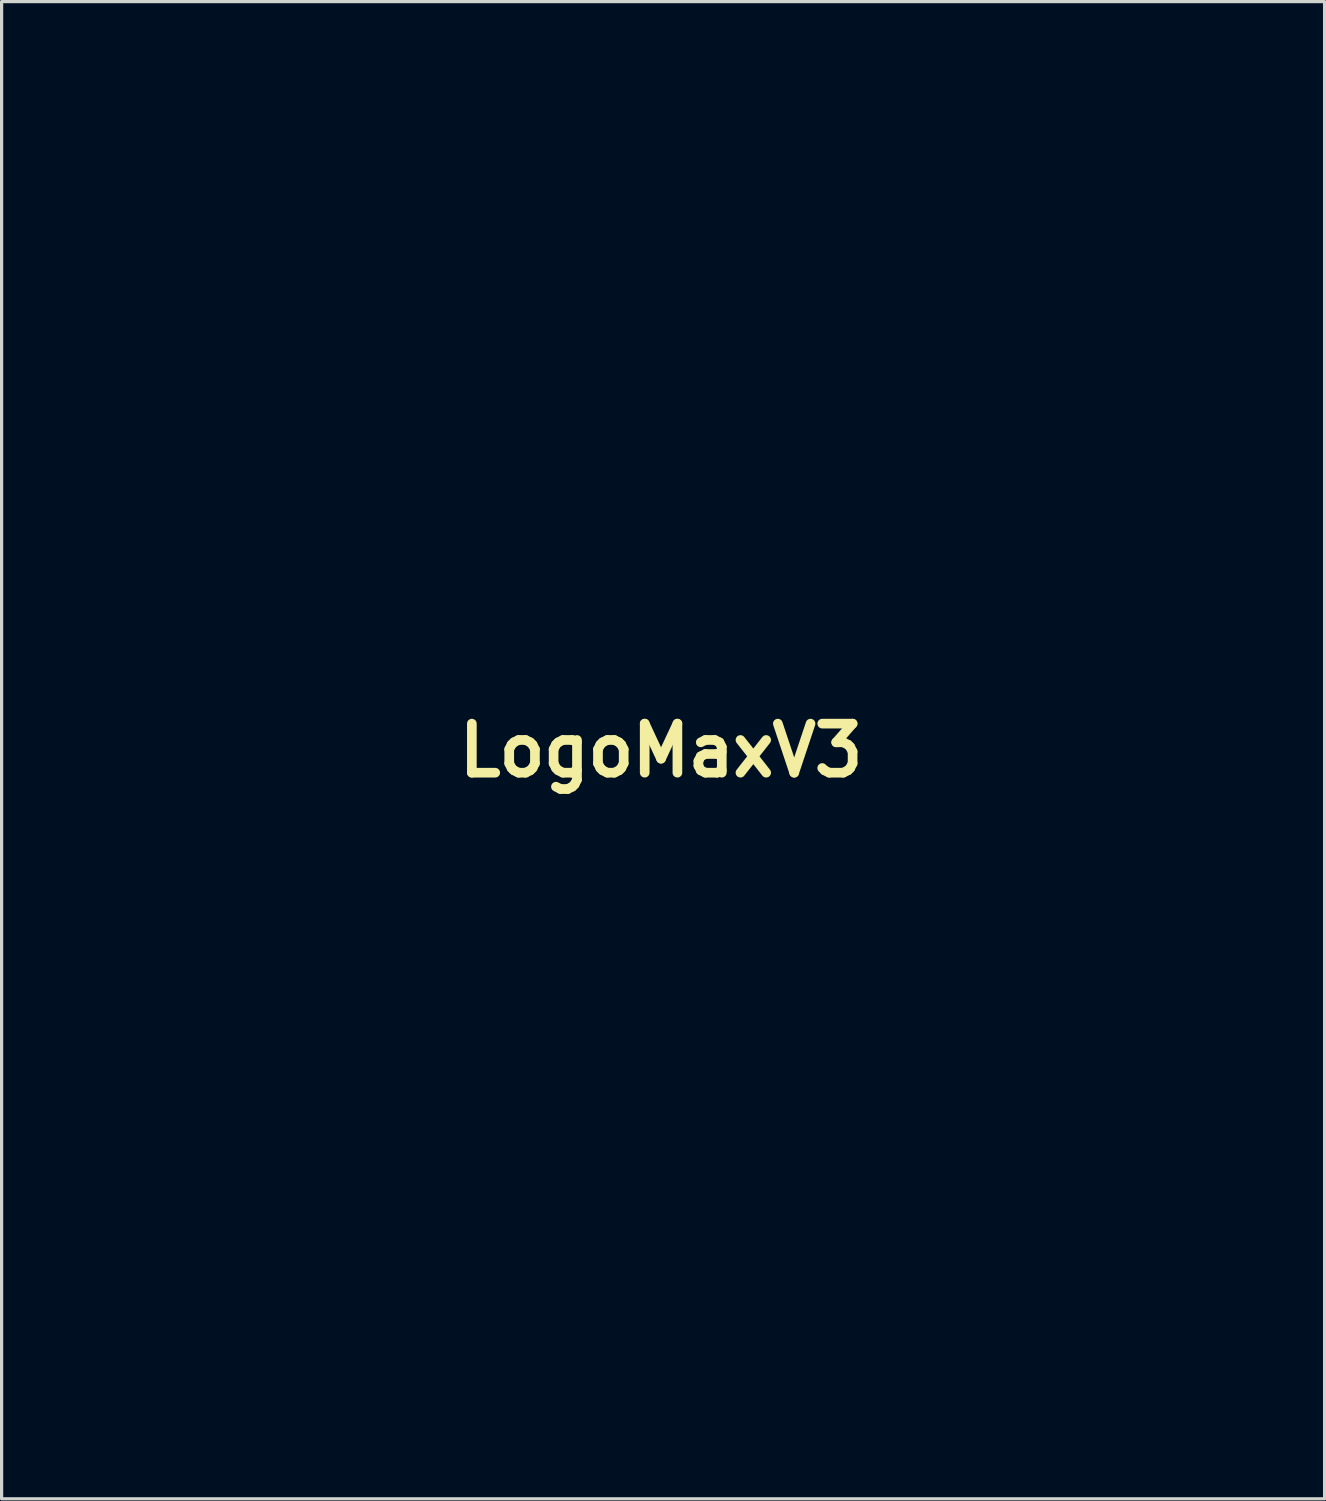
<source format=kicad_pcb>
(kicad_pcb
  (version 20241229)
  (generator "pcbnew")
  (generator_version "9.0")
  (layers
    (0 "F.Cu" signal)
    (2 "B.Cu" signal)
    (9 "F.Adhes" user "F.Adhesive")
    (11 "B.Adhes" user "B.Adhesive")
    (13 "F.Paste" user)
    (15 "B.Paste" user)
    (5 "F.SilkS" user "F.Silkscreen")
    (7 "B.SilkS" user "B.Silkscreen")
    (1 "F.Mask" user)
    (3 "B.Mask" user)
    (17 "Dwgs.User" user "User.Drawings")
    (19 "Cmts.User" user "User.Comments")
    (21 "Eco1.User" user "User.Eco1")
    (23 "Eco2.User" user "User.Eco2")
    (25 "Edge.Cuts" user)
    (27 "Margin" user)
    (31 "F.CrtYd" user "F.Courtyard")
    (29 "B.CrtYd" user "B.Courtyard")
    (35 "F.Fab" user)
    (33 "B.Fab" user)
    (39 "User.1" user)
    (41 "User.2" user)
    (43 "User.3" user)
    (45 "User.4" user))
  (footprint "LogoMaxV3"
    (layer "F.Cu")
    (at 17.489 20.268)
    (property "Reference" "LogoMaxV3" (at 0 0 0) (layer "F.SilkS") (effects (font (size 1.524 1.524) (thickness 0.3))))
    (attr through_hole)
    (fp_poly (pts (xy 0.139 -20.243) (xy 0.206 -20.205) (xy 0.333 -20.128) (xy 0.58 -19.981) (xy 0.921 -19.782) (xy 1.33 -19.545) (xy 1.778 -19.286) (xy 2.292 -18.989) (xy 2.826 -18.681) (xy 3.335 -18.387) (xy 3.775 -18.133) (xy 4.022 -17.99) (xy 4.389 -17.777) (xy 4.857 -17.507) (xy 5.378 -17.207) (xy 5.907 -16.902) (xy 6.223 -16.721) (xy 6.695 -16.449) (xy 7.272 -16.116) (xy 7.913 -15.747) (xy 8.576 -15.364) (xy 9.219 -14.993) (xy 9.525 -14.816) (xy 10.059 -14.507) (xy 10.556 -14.22) (xy 10.995 -13.967) (xy 11.352 -13.76) (xy 11.605 -13.614) (xy 11.726 -13.544) (xy 11.875 -13.459) (xy 12.144 -13.304) (xy 12.507 -13.094) (xy 12.938 -12.844) (xy 13.412 -12.57) (xy 13.547 -12.492) (xy 14.12 -12.16) (xy 14.744 -11.799) (xy 15.369 -11.438) (xy 15.942 -11.107) (xy 16.362 -10.865) (xy 17.611 -10.146) (xy 17.568 10.183) (xy 16.764 10.649) (xy 15.844 11.182) (xy 15.059 11.636) (xy 14.398 12.019) (xy 13.847 12.337) (xy 13.395 12.597) (xy 13.032 12.806) (xy 12.744 12.97) (xy 12.521 13.096) (xy 12.35 13.192) (xy 12.277 13.232) (xy 12.018 13.376) (xy 11.816 13.494) (xy 11.726 13.552) (xy 11.629 13.613) (xy 11.409 13.744) (xy 11.092 13.93) (xy 10.703 14.156) (xy 10.287 14.396) (xy 9.835 14.656) (xy 9.416 14.898) (xy 9.058 15.104) (xy 8.792 15.257) (xy 8.657 15.335) (xy 8.458 15.45) (xy 8.26 15.564) (xy 8.043 15.69) (xy 7.785 15.838) (xy 7.465 16.023) (xy 7.062 16.255) (xy 6.555 16.548) (xy 5.927 16.91) (xy 5.032 17.426) (xy 4.27 17.865) (xy 3.628 18.236) (xy 3.093 18.544) (xy 2.651 18.8) (xy 2.289 19.009) (xy 1.993 19.18) (xy 1.75 19.321) (xy 1.547 19.439) (xy 1.371 19.542) (xy 1.207 19.637) (xy 1.058 19.725) (xy 0.738 19.912) (xy 0.455 20.075) (xy 0.255 20.189) (xy 0.205 20.216) (xy 0.111 20.245) (xy -0.014 20.229) (xy -0.196 20.158) (xy -0.464 20.021) (xy -0.846 19.807) (xy -0.896 19.778) (xy -1.869 19.217) (xy -2.709 18.733) (xy -3.428 18.319) (xy -4.039 17.967) (xy -4.555 17.669) (xy -4.988 17.419) (xy -5.352 17.208) (xy -5.461 17.145) (xy -5.823 16.935) (xy -6.288 16.667) (xy -6.809 16.367) (xy -7.342 16.06) (xy -7.522 15.957) (xy -5.08 15.957) (xy -5.011 16.033) (xy -4.824 16.171) (xy -4.55 16.347) (xy -4.297 16.497) (xy -3.939 16.703) (xy -3.483 16.966) (xy -2.98 17.256) (xy -2.479 17.547) (xy -2.286 17.658) (xy -1.879 17.894) (xy -1.527 18.097) (xy -1.255 18.253) (xy -1.087 18.348) (xy -1.043 18.371) (xy -1.074 18.304) (xy -1.17 18.121) (xy -1.314 17.857) (xy -1.391 17.716) (xy -1.581 17.377) (xy -1.762 17.056) (xy -1.903 16.811) (xy -1.93 16.764) (xy -2.17 16.354) (xy -2.439 15.89) (xy -2.712 15.416) (xy -2.963 14.977) (xy -3.166 14.617) (xy -3.244 14.478) (xy -3.406 14.195) (xy -3.561 13.946) (xy -3.648 13.82) (xy -3.795 13.627) (xy -3.917 13.862) (xy -4.122 14.246) (xy -4.365 14.683) (xy -4.611 15.108) (xy -4.821 15.456) (xy -4.842 15.489) (xy -4.977 15.719) (xy -5.063 15.897) (xy -5.08 15.957) (xy -7.522 15.957) (xy -7.705 15.852) (xy -8.147 15.598) (xy -8.54 15.37) (xy -8.861 15.183) (xy -9.084 15.051) (xy -9.185 14.989) (xy -9.186 14.988) (xy -9.302 14.916) (xy -9.516 14.793) (xy -9.737 14.67) (xy -9.943 14.555) (xy -10.267 14.371) (xy -10.678 14.137) (xy -11.147 13.868) (xy -11.644 13.582) (xy -11.925 13.42) (xy -9.652 13.42) (xy -8.869 13.867) (xy -8.51 14.073) (xy -8.055 14.334) (xy -7.552 14.624) (xy -7.05 14.913) (xy -6.859 15.024) (xy -6.449 15.257) (xy -6.091 15.453) (xy -5.809 15.6) (xy -5.629 15.684) (xy -5.576 15.698) (xy -5.508 15.612) (xy -5.384 15.42) (xy -5.239 15.176) (xy -5.079 14.897) (xy -4.94 14.655) (xy -4.864 14.52) (xy -4.769 14.357) (xy -4.624 14.11) (xy -4.497 13.896) (xy -4.361 13.655) (xy -4.276 13.478) (xy -4.262 13.42) (xy -3.273 13.42) (xy -2.514 14.732) (xy -2.242 15.204) (xy -1.977 15.669) (xy -1.738 16.09) (xy -1.549 16.429) (xy -1.458 16.595) (xy -1.298 16.883) (xy -1.157 17.124) (xy -1.063 17.267) (xy -1.059 17.272) (xy -0.968 17.409) (xy -0.827 17.643) (xy -0.678 17.907) (xy -0.42 18.367) (xy -0.225 18.689) (xy -0.078 18.885) (xy 0.035 18.967) (xy 0.128 18.948) (xy 0.217 18.84) (xy 0.276 18.733) (xy 0.402 18.499) (xy 0.459 18.396) (xy 1.085 18.396) (xy 1.368 18.225) (xy 1.522 18.134) (xy 1.797 17.974) (xy 2.17 17.758) (xy 2.615 17.502) (xy 3.108 17.218) (xy 3.387 17.058) (xy 3.876 16.777) (xy 4.315 16.524) (xy 4.682 16.312) (xy 4.957 16.153) (xy 5.119 16.058) (xy 5.153 16.036) (xy 5.124 15.958) (xy 5.024 15.758) (xy 4.866 15.461) (xy 4.663 15.092) (xy 4.505 14.812) (xy 4.253 14.368) (xy 4.069 14.055) (xy 3.941 13.854) (xy 3.853 13.749) (xy 3.791 13.721) (xy 3.742 13.753) (xy 3.701 13.813) (xy 3.608 13.965) (xy 3.455 14.226) (xy 3.262 14.556) (xy 3.087 14.859) (xy 2.845 15.279) (xy 2.556 15.78) (xy 2.258 16.296) (xy 2.011 16.722) (xy 1.779 17.125) (xy 1.563 17.505) (xy 1.385 17.824) (xy 1.267 18.042) (xy 1.254 18.067) (xy 1.085 18.396) (xy 0.459 18.396) (xy 0.55 18.234) (xy 0.568 18.203) (xy 0.748 17.895) (xy 0.973 17.507) (xy 1.228 17.066) (xy 1.497 16.602) (xy 1.763 16.141) (xy 2.01 15.713) (xy 2.222 15.345) (xy 2.382 15.067) (xy 2.474 14.905) (xy 2.476 14.901) (xy 2.598 14.69) (xy 2.692 14.54) (xy 2.706 14.52) (xy 2.802 14.371) (xy 2.928 14.147) (xy 3.061 13.894) (xy 3.179 13.656) (xy 3.258 13.478) (xy 3.271 13.425) (xy 4.318 13.425) (xy 4.357 13.512) (xy 4.464 13.712) (xy 4.62 13.995) (xy 4.809 14.331) (xy 5.012 14.688) (xy 5.213 15.037) (xy 5.393 15.346) (xy 5.537 15.586) (xy 5.625 15.725) (xy 5.644 15.748) (xy 5.723 15.708) (xy 5.924 15.595) (xy 6.223 15.424) (xy 6.597 15.209) (xy 6.964 14.996) (xy 7.455 14.711) (xy 7.963 14.417) (xy 8.441 14.141) (xy 8.844 13.91) (xy 9.017 13.811) (xy 9.779 13.378) (xy 7.048 13.378) (xy 6.388 13.379) (xy 5.785 13.383) (xy 5.259 13.389) (xy 4.831 13.397) (xy 4.521 13.407) (xy 4.348 13.418) (xy 4.318 13.425) (xy 3.271 13.425) (xy 3.276 13.408) (xy 3.187 13.401) (xy 2.947 13.396) (xy 2.575 13.393) (xy 2.089 13.391) (xy 1.508 13.391) (xy 0.85 13.393) (xy 0.134 13.397) (xy -0.015 13.397) (xy -3.273 13.42) (xy -4.262 13.42) (xy -4.259 13.408) (xy -4.349 13.401) (xy -4.587 13.395) (xy -4.954 13.392) (xy -5.429 13.391) (xy -5.991 13.391) (xy -6.62 13.395) (xy -6.972 13.397) (xy -9.652 13.42) (xy -11.925 13.42) (xy -12.141 13.295) (xy -12.608 13.025) (xy -13.014 12.788) (xy -13.064 12.759) (xy -10.716 12.759) (xy -10.673 12.788) (xy -10.561 12.812) (xy -10.365 12.831) (xy -10.073 12.846) (xy -9.669 12.856) (xy -9.14 12.864) (xy -8.473 12.868) (xy -7.653 12.869) (xy -7.453 12.869) (xy -3.306 12.869) (xy 3.384 12.869) (xy 4.22 12.869) (xy 7.423 12.868) (xy 8.146 12.866) (xy 8.818 12.86) (xy 9.42 12.852) (xy 9.931 12.841) (xy 10.334 12.828) (xy 10.608 12.813) (xy 10.735 12.797) (xy 10.739 12.795) (xy 10.776 12.768) (xy 10.797 12.732) (xy 10.792 12.67) (xy 10.753 12.566) (xy 10.673 12.402) (xy 10.544 12.164) (xy 10.356 11.834) (xy 10.101 11.395) (xy 9.772 10.832) (xy 9.651 10.626) (xy 9.363 10.131) (xy 9.078 9.641) (xy 8.817 9.19) (xy 8.601 8.816) (xy 8.463 8.572) (xy 8.3 8.292) (xy 8.168 8.078) (xy 8.088 7.967) (xy 8.077 7.959) (xy 7.985 8) (xy 7.822 8.1) (xy 7.615 8.209) (xy 7.328 8.328) (xy 7.169 8.383) (xy 6.981 8.449) (xy 6.838 8.523) (xy 6.715 8.633) (xy 6.585 8.809) (xy 6.421 9.078) (xy 6.235 9.407) (xy 5.973 9.867) (xy 5.653 10.423) (xy 5.302 11.028) (xy 4.95 11.633) (xy 4.624 12.188) (xy 4.384 12.594) (xy 4.22 12.869) (xy 3.384 12.869) (xy 3.228 12.594) (xy 3.128 12.421) (xy 2.964 12.137) (xy 2.755 11.778) (xy 2.523 11.38) (xy 2.455 11.263) (xy 2.221 10.861) (xy 2.006 10.491) (xy 1.83 10.188) (xy 1.713 9.986) (xy 1.693 9.95) (xy 1.561 9.721) (xy 1.395 9.436) (xy 1.322 9.313) (xy 1.161 9.035) (xy 1.015 8.771) (xy 0.966 8.678) (xy 0.836 8.424) (xy 0.031 8.432) (xy -0.773 8.44) (xy -1.474 9.66) (xy -1.753 10.144) (xy -2.044 10.648) (xy -2.318 11.122) (xy -2.548 11.518) (xy -2.62 11.642) (xy -2.821 11.988) (xy -3.001 12.303) (xy -3.136 12.543) (xy -3.186 12.636) (xy -3.306 12.869) (xy -7.453 12.869) (xy -6.734 12.868) (xy -6.07 12.865) (xy -5.481 12.86) (xy -4.984 12.853) (xy -4.599 12.845) (xy -4.343 12.836) (xy -4.236 12.825) (xy -4.233 12.824) (xy -4.274 12.738) (xy -4.385 12.533) (xy -4.552 12.235) (xy -4.76 11.869) (xy -4.881 11.66) (xy -5.139 11.214) (xy -5.396 10.769) (xy -5.626 10.368) (xy -5.804 10.057) (xy -5.842 9.991) (xy -6.128 9.488) (xy -6.345 9.112) (xy -6.51 8.842) (xy -6.639 8.659) (xy -6.746 8.543) (xy -6.85 8.473) (xy -6.858 8.47) (xy -6.042 8.47) (xy -6.039 8.57) (xy -5.96 8.77) (xy -5.824 9.026) (xy -5.821 9.031) (xy -5.267 9.97) (xy -4.704 10.942) (xy -4.227 11.782) (xy -4.042 12.108) (xy -3.89 12.37) (xy -3.788 12.539) (xy -3.754 12.586) (xy -3.709 12.512) (xy -3.595 12.319) (xy -3.428 12.032) (xy -3.223 11.679) (xy -3.152 11.557) (xy -2.877 11.082) (xy -2.556 10.527) (xy -2.228 9.96) (xy -1.932 9.448) (xy -1.917 9.422) (xy -1.693 9.03) (xy -1.502 8.689) (xy -1.36 8.426) (xy -1.281 8.269) (xy -1.277 8.258) (xy 1.27 8.258) (xy 1.468 8.553) (xy 1.614 8.785) (xy 1.798 9.093) (xy 1.954 9.367) (xy 2.262 9.915) (xy 2.57 10.459) (xy 2.869 10.979) (xy 3.145 11.455) (xy 3.388 11.868) (xy 3.586 12.197) (xy 3.727 12.423) (xy 3.799 12.526) (xy 3.805 12.53) (xy 3.874 12.464) (xy 3.985 12.301) (xy 4.013 12.255) (xy 4.12 12.069) (xy 4.286 11.779) (xy 4.487 11.428) (xy 4.654 11.134) (xy 4.91 10.685) (xy 5.206 10.169) (xy 5.498 9.663) (xy 5.651 9.4) (xy 5.847 9.053) (xy 6.002 8.759) (xy 6.101 8.548) (xy 6.129 8.451) (xy 6.128 8.451) (xy 6.027 8.395) (xy 5.828 8.34) (xy 5.79 8.332) (xy 5.514 8.216) (xy 5.21 7.988) (xy 4.921 7.691) (xy 4.689 7.368) (xy 4.577 7.126) (xy 4.46 6.773) (xy 2.558 6.773) (xy 2.285 7.199) (xy 2.056 7.507) (xy 1.779 7.812) (xy 1.641 7.941) (xy 1.27 8.258) (xy -1.277 8.258) (xy -1.27 8.237) (xy -1.331 8.149) (xy -1.484 8.003) (xy -1.57 7.931) (xy -1.783 7.726) (xy -2.019 7.446) (xy -2.174 7.233) (xy -2.479 6.773) (xy -4.38 6.773) (xy -4.519 7.139) (xy -4.709 7.487) (xy -4.988 7.828) (xy -5.311 8.113) (xy -5.628 8.293) (xy -5.661 8.304) (xy -5.881 8.385) (xy -6.028 8.459) (xy -6.042 8.47) (xy -6.858 8.47) (xy -6.965 8.429) (xy -7.107 8.391) (xy -7.12 8.388) (xy -7.412 8.29) (xy -7.668 8.166) (xy -7.744 8.115) (xy -7.915 8.014) (xy -8.036 7.997) (xy -8.04 7.999) (xy -8.115 8.091) (xy -8.248 8.297) (xy -8.416 8.58) (xy -8.51 8.745) (xy -8.688 9.064) (xy -8.843 9.337) (xy -8.95 9.521) (xy -8.977 9.567) (xy -9.052 9.692) (xy -9.188 9.926) (xy -9.364 10.231) (xy -9.493 10.456) (xy -9.74 10.887) (xy -10.016 11.366) (xy -10.272 11.81) (xy -10.343 11.934) (xy -10.517 12.251) (xy -10.645 12.52) (xy -10.712 12.705) (xy -10.716 12.759) (xy -13.064 12.759) (xy -13.166 12.7) (xy -13.313 12.614) (xy -13.582 12.459) (xy -13.946 12.248) (xy -14.38 11.997) (xy -14.858 11.722) (xy -15.028 11.623) (xy -15.53 11.334) (xy -16.008 11.057) (xy -16.435 10.809) (xy -16.781 10.607) (xy -17.018 10.468) (xy -17.06 10.443) (xy -17.484 10.19) (xy -17.484 9.422) (xy -16.401 9.422) (xy -16.399 9.43) (xy -16.31 9.519) (xy -16.109 9.664) (xy -15.832 9.84) (xy -15.692 9.923) (xy -15.385 10.099) (xy -14.974 10.336) (xy -14.504 10.607) (xy -14.016 10.888) (xy -13.758 11.036) (xy -13.34 11.275) (xy -12.973 11.482) (xy -12.681 11.642) (xy -12.49 11.741) (xy -12.427 11.768) (xy -12.434 11.703) (xy -12.513 11.533) (xy -12.63 11.324) (xy -12.75 11.12) (xy -12.938 10.798) (xy -13.178 10.385) (xy -13.453 9.91) (xy -13.748 9.401) (xy -13.877 9.178) (xy -14.164 8.681) (xy -14.43 8.225) (xy -14.66 7.832) (xy -14.841 7.526) (xy -14.959 7.331) (xy -14.991 7.281) (xy -15.05 7.204) (xy -15.105 7.181) (xy -15.175 7.231) (xy -15.276 7.374) (xy -15.427 7.628) (xy -15.618 7.967) (xy -15.829 8.338) (xy -16.026 8.676) (xy -16.186 8.941) (xy -16.277 9.084) (xy -16.378 9.275) (xy -16.401 9.422) (xy -17.484 9.422) (xy -17.484 6.557) (xy -16.425 6.557) (xy -16.423 7.065) (xy -16.418 7.511) (xy -16.41 7.867) (xy -16.4 8.109) (xy -16.388 8.211) (xy -16.386 8.213) (xy -16.33 8.144) (xy -16.208 7.959) (xy -16.039 7.687) (xy -15.878 7.417) (xy -15.688 7.091) (xy -15.594 6.926) (xy -14.563 6.926) (xy -14.519 7.103) (xy -14.478 7.163) (xy -14.41 7.261) (xy -14.274 7.481) (xy -14.085 7.799) (xy -13.857 8.188) (xy -13.621 8.598) (xy -13.363 9.048) (xy -13.126 9.463) (xy -12.924 9.815) (xy -12.775 10.074) (xy -12.701 10.202) (xy -12.578 10.416) (xy -12.412 10.704) (xy -12.287 10.922) (xy -12.133 11.188) (xy -12.003 11.407) (xy -11.937 11.515) (xy -11.848 11.666) (xy -11.721 11.893) (xy -11.674 11.98) (xy -11.48 12.288) (xy -11.316 12.432) (xy -11.261 12.444) (xy -11.206 12.375) (xy -11.084 12.184) (xy -10.91 11.896) (xy -10.699 11.537) (xy -10.583 11.337) (xy -10.325 10.885) (xy -10.062 10.427) (xy -9.823 10.01) (xy -9.635 9.681) (xy -9.601 9.623) (xy -9.397 9.267) (xy -9.149 8.838) (xy -8.901 8.411) (xy -8.814 8.262) (xy -8.616 7.917) (xy -8.495 7.681) (xy -8.438 7.518) (xy -8.434 7.394) (xy -8.47 7.273) (xy -8.476 7.26) (xy -8.528 7.132) (xy -8.582 7.029) (xy -8.653 6.947) (xy -8.759 6.885) (xy -8.918 6.84) (xy -9.147 6.809) (xy -9.463 6.789) (xy -9.884 6.779) (xy -10.427 6.774) (xy -11.109 6.773) (xy -11.69 6.773) (xy -12.464 6.774) (xy -13.085 6.776) (xy -13.57 6.78) (xy -13.936 6.787) (xy -14.2 6.799) (xy -14.377 6.816) (xy -14.485 6.838) (xy -14.541 6.867) (xy -14.561 6.904) (xy -14.563 6.926) (xy -15.594 6.926) (xy -15.535 6.822) (xy -15.437 6.642) (xy -15.409 6.582) (xy -15.45 6.483) (xy -15.518 6.352) (xy -14.659 6.352) (xy -11.711 6.33) (xy -8.763 6.308) (xy -8.738 5.664) (xy -8.73 5.37) (xy -8.742 5.152) (xy -8.788 4.96) (xy -8.883 4.745) (xy -9.042 4.459) (xy -9.154 4.267) (xy -9.318 3.985) (xy -9.468 3.727) (xy -9.62 3.464) (xy -9.789 3.17) (xy -9.991 2.817) (xy -10.241 2.377) (xy -10.557 1.823) (xy -10.63 1.693) (xy -10.823 1.36) (xy -11.001 1.064) (xy -11.138 0.849) (xy -11.183 0.784) (xy -11.263 0.69) (xy -11.334 0.66) (xy -11.415 0.711) (xy -11.526 0.862) (xy -11.685 1.13) (xy -11.839 1.404) (xy -11.981 1.655) (xy -12.189 2.02) (xy -12.446 2.468) (xy -12.734 2.968) (xy -13.034 3.488) (xy -13.122 3.641) (xy -13.419 4.156) (xy -13.707 4.656) (xy -13.967 5.111) (xy -14.182 5.49) (xy -14.335 5.763) (xy -14.368 5.822) (xy -14.659 6.352) (xy -15.518 6.352) (xy -15.556 6.278) (xy -15.706 6.005) (xy -15.879 5.702) (xy -16.052 5.407) (xy -16.203 5.158) (xy -16.31 4.993) (xy -16.347 4.949) (xy -16.374 5.013) (xy -16.396 5.229) (xy -16.412 5.58) (xy -16.422 6.049) (xy -16.425 6.557) (xy -17.484 6.557) (xy -17.484 0.254) (xy -16.425 0.254) (xy -16.425 3.741) (xy -16.181 4.178) (xy -15.861 4.75) (xy -15.611 5.188) (xy -15.421 5.51) (xy -15.281 5.73) (xy -15.18 5.864) (xy -15.108 5.929) (xy -15.054 5.938) (xy -15.018 5.918) (xy -14.917 5.794) (xy -14.901 5.739) (xy -14.857 5.617) (xy -14.749 5.438) (xy -14.745 5.432) (xy -14.618 5.233) (xy -14.454 4.956) (xy -14.333 4.741) (xy -14.175 4.459) (xy -13.966 4.09) (xy -13.739 3.698) (xy -13.632 3.514) (xy -13.417 3.145) (xy -13.209 2.784) (xy -13.039 2.486) (xy -12.973 2.371) (xy -12.822 2.106) (xy -12.624 1.766) (xy -12.42 1.422) (xy -12.404 1.397) (xy -12.215 1.077) (xy -12.042 0.776) (xy -11.918 0.553) (xy -11.906 0.529) (xy -11.781 0.286) (xy -10.837 0.286) (xy -10.798 0.38) (xy -10.7 0.57) (xy -10.569 0.805) (xy -10.435 1.036) (xy -10.325 1.214) (xy -10.286 1.27) (xy -10.196 1.405) (xy -10.057 1.64) (xy -9.896 1.927) (xy -9.885 1.947) (xy -9.659 2.358) (xy -9.429 2.768) (xy -9.21 3.151) (xy -9.017 3.48) (xy -8.867 3.729) (xy -8.773 3.871) (xy -8.752 3.895) (xy -8.743 3.814) (xy -8.735 3.589) (xy -8.728 3.243) (xy -8.723 2.801) (xy -8.721 2.287) (xy -8.721 2.074) (xy -8.721 0.254) (xy -9.779 0.254) (xy -10.18 0.256) (xy -10.511 0.263) (xy -10.741 0.272) (xy -10.836 0.284) (xy -10.837 0.286) (xy -11.781 0.286) (xy -11.764 0.254) (xy -16.425 0.254) (xy -17.484 0.254) (xy -17.484 -3.734) (xy -16.425 -3.734) (xy -16.425 -0.254) (xy -11.756 -0.254) (xy -11.793 -0.318) (xy -10.835 -0.318) (xy -10.757 -0.293) (xy -10.541 -0.274) (xy -10.22 -0.26) (xy -9.825 -0.254) (xy -9.779 -0.254) (xy -8.721 -0.254) (xy -8.721 -2.088) (xy -8.721 -2.105) (xy -8.118 -2.105) (xy -8.116 -1.133) (xy -8.113 -0.151) (xy -8.108 0.823) (xy -8.1 1.776) (xy -8.092 2.69) (xy -8.081 3.551) (xy -8.069 4.344) (xy -8.056 5.051) (xy -8.041 5.659) (xy -8.024 6.152) (xy -8.007 6.514) (xy -7.988 6.729) (xy -7.979 6.775) (xy -7.768 7.183) (xy -7.458 7.52) (xy -7.093 7.739) (xy -7.07 7.747) (xy -6.747 7.843) (xy -6.483 7.861) (xy -6.187 7.805) (xy -6.073 7.772) (xy -5.636 7.557) (xy -5.294 7.209) (xy -5.063 6.746) (xy -5.046 6.692) (xy -5.019 6.585) (xy -4.996 6.451) (xy -4.984 6.35) (xy -4.318 6.35) (xy -3.471 6.35) (xy -3.063 6.344) (xy -2.801 6.325) (xy -2.663 6.29) (xy -2.625 6.239) (xy -2.645 6.109) (xy -2.7 5.863) (xy -2.779 5.548) (xy -2.803 5.456) (xy -2.876 5.175) (xy -2.982 4.765) (xy -3.111 4.258) (xy -3.255 3.691) (xy -3.405 3.096) (xy -3.47 2.838) (xy -3.958 0.893) (xy -4.138 1.187) (xy -4.19 1.28) (xy -4.231 1.38) (xy -4.262 1.509) (xy -4.285 1.687) (xy -4.3 1.934) (xy -4.31 2.271) (xy -4.315 2.719) (xy -4.317 3.298) (xy -4.318 3.916) (xy -4.318 6.35) (xy -4.984 6.35) (xy -4.976 6.279) (xy -4.96 6.055) (xy -4.946 5.766) (xy -4.936 5.401) (xy -4.927 4.946) (xy -4.922 4.39) (xy -4.918 3.719) (xy -4.915 2.92) (xy -4.914 1.982) (xy -4.915 0.891) (xy -4.915 0.482) (xy -4.915 0.296) (xy -4.318 0.296) (xy -4.276 0.339) (xy -4.233 0.296) (xy -4.276 0.254) (xy -4.318 0.296) (xy -4.915 0.296) (xy -4.915 -0.489) (xy -4.915 -1.409) (xy -4.914 -2.264) (xy -4.912 -3.042) (xy -4.909 -3.727) (xy -4.906 -4.306) (xy -4.902 -4.765) (xy -4.898 -5.09) (xy -4.894 -5.268) (xy -4.891 -5.298) (xy -4.865 -5.224) (xy -4.803 -5) (xy -4.707 -4.643) (xy -4.582 -4.166) (xy -4.432 -3.584) (xy -4.261 -2.914) (xy -4.072 -2.169) (xy -3.869 -1.365) (xy -3.775 -0.991) (xy -3.45 0.307) (xy -3.162 1.45) (xy -2.909 2.449) (xy -2.689 3.314) (xy -2.498 4.055) (xy -2.334 4.682) (xy -2.195 5.205) (xy -2.077 5.634) (xy -1.978 5.98) (xy -1.896 6.252) (xy -1.826 6.46) (xy -1.768 6.615) (xy -1.718 6.727) (xy -1.714 6.735) (xy -1.39 7.209) (xy -0.975 7.56) (xy -0.559 7.749) (xy -0.281 7.828) (xy -0.082 7.863) (xy 0.11 7.857) (xy 0.365 7.812) (xy 0.516 7.78) (xy 0.985 7.596) (xy 1.4 7.274) (xy 1.727 6.84) (xy 1.853 6.58) (xy 1.91 6.41) (xy 1.951 6.269) (xy 2.653 6.269) (xy 2.703 6.312) (xy 2.839 6.337) (xy 3.087 6.348) (xy 3.466 6.35) (xy 4.318 6.35) (xy 4.318 3.89) (xy 4.317 3.157) (xy 4.312 2.574) (xy 4.304 2.122) (xy 4.291 1.781) (xy 4.271 1.532) (xy 4.245 1.355) (xy 4.211 1.232) (xy 4.185 1.173) (xy 4.089 1.009) (xy 4.028 0.943) (xy 4.023 0.945) (xy 3.995 1.032) (xy 3.933 1.259) (xy 3.842 1.604) (xy 3.728 2.042) (xy 3.599 2.551) (xy 3.526 2.836) (xy 3.288 3.781) (xy 3.089 4.566) (xy 2.928 5.195) (xy 2.804 5.673) (xy 2.716 6.004) (xy 2.662 6.194) (xy 2.66 6.202) (xy 2.653 6.269) (xy 1.951 6.269) (xy 2 6.104) (xy 2.117 5.687) (xy 2.254 5.188) (xy 2.403 4.634) (xy 2.558 4.051) (xy 2.71 3.468) (xy 2.853 2.911) (xy 2.98 2.407) (xy 3.084 1.984) (xy 3.156 1.669) (xy 3.178 1.566) (xy 3.215 1.405) (xy 3.283 1.134) (xy 3.369 0.809) (xy 3.381 0.762) (xy 3.486 0.364) (xy 3.595 -0.055) (xy 3.677 -0.381) (xy 3.731 -0.599) (xy 3.819 -0.953) (xy 3.935 -1.417) (xy 4.072 -1.962) (xy 4.223 -2.562) (xy 4.377 -3.175) (xy 4.953 -5.461) (xy 4.995 0.593) (xy 5.003 1.594) (xy 5.013 2.548) (xy 5.024 3.441) (xy 5.036 4.259) (xy 5.049 4.988) (xy 5.062 5.615) (xy 5.076 6.126) (xy 5.09 6.505) (xy 5.103 6.741) (xy 5.114 6.816) (xy 5.397 7.275) (xy 5.762 7.602) (xy 6.183 7.791) (xy 6.634 7.837) (xy 7.093 7.732) (xy 7.503 7.49) (xy 8.414 7.49) (xy 8.673 7.932) (xy 8.805 8.158) (xy 9.001 8.495) (xy 9.238 8.904) (xy 9.497 9.351) (xy 9.652 9.618) (xy 9.908 10.059) (xy 10.149 10.476) (xy 10.357 10.835) (xy 10.512 11.102) (xy 10.574 11.209) (xy 10.887 11.753) (xy 11.121 12.174) (xy 11.165 12.255) (xy 11.287 12.418) (xy 11.409 12.418) (xy 11.516 12.318) (xy 11.63 12.154) (xy 11.758 11.937) (xy 11.759 11.936) (xy 11.842 11.787) (xy 11.866 11.744) (xy 12.499 11.744) (xy 12.511 11.769) (xy 12.616 11.726) (xy 12.814 11.618) (xy 12.983 11.515) (xy 13.208 11.376) (xy 13.369 11.283) (xy 13.42 11.261) (xy 13.502 11.22) (xy 13.701 11.109) (xy 13.988 10.945) (xy 14.333 10.743) (xy 14.369 10.722) (xy 14.795 10.471) (xy 15.239 10.211) (xy 15.643 9.976) (xy 15.896 9.829) (xy 16.177 9.661) (xy 16.39 9.52) (xy 16.501 9.43) (xy 16.509 9.415) (xy 16.466 9.311) (xy 16.361 9.134) (xy 16.34 9.102) (xy 16.23 8.925) (xy 16.063 8.643) (xy 15.862 8.295) (xy 15.684 7.981) (xy 15.49 7.642) (xy 15.325 7.365) (xy 15.206 7.179) (xy 15.152 7.113) (xy 15.092 7.181) (xy 14.975 7.362) (xy 14.823 7.62) (xy 14.788 7.684) (xy 14.644 7.939) (xy 14.43 8.313) (xy 14.164 8.779) (xy 13.86 9.31) (xy 13.534 9.876) (xy 13.201 10.452) (xy 12.879 11.01) (xy 12.648 11.409) (xy 12.542 11.614) (xy 12.499 11.744) (xy 11.866 11.744) (xy 11.992 11.524) (xy 12.191 11.177) (xy 12.421 10.776) (xy 12.665 10.352) (xy 12.906 9.936) (xy 13.125 9.558) (xy 13.305 9.249) (xy 13.429 9.039) (xy 13.468 8.975) (xy 13.547 8.838) (xy 13.68 8.605) (xy 13.828 8.34) (xy 14.044 7.95) (xy 14.2 7.675) (xy 14.313 7.483) (xy 14.405 7.341) (xy 14.494 7.214) (xy 14.499 7.207) (xy 14.581 7.094) (xy 14.635 7.002) (xy 14.645 6.929) (xy 14.598 6.874) (xy 14.48 6.833) (xy 14.275 6.805) (xy 13.97 6.787) (xy 13.549 6.778) (xy 12.998 6.774) (xy 12.304 6.774) (xy 11.685 6.776) (xy 8.724 6.781) (xy 8.414 7.49) (xy 7.503 7.49) (xy 7.532 7.473) (xy 7.62 7.398) (xy 7.861 7.133) (xy 8 6.834) (xy 8.044 6.662) (xy 8.061 6.523) (xy 15.468 6.523) (xy 15.499 6.621) (xy 15.598 6.824) (xy 15.744 7.096) (xy 15.916 7.4) (xy 16.093 7.7) (xy 16.253 7.96) (xy 16.376 8.143) (xy 16.442 8.213) (xy 16.442 8.213) (xy 16.463 8.132) (xy 16.481 7.908) (xy 16.495 7.564) (xy 16.505 7.127) (xy 16.51 6.621) (xy 16.51 6.502) (xy 16.506 5.919) (xy 16.496 5.451) (xy 16.479 5.112) (xy 16.457 4.915) (xy 16.432 4.873) (xy 16.363 4.972) (xy 16.234 5.18) (xy 16.067 5.458) (xy 15.887 5.766) (xy 15.714 6.065) (xy 15.573 6.317) (xy 15.485 6.484) (xy 15.468 6.523) (xy 8.061 6.523) (xy 8.063 6.512) (xy 8.072 6.354) (xy 8.805 6.354) (xy 11.682 6.348) (xy 12.363 6.344) (xy 12.989 6.337) (xy 13.54 6.327) (xy 13.997 6.314) (xy 14.339 6.299) (xy 14.547 6.282) (xy 14.603 6.269) (xy 14.583 6.16) (xy 14.478 5.925) (xy 14.297 5.582) (xy 14.047 5.148) (xy 13.896 4.895) (xy 13.81 4.749) (xy 13.656 4.485) (xy 13.451 4.132) (xy 13.212 3.717) (xy 12.996 3.343) (xy 12.741 2.9) (xy 12.507 2.494) (xy 12.31 2.153) (xy 12.167 1.906) (xy 12.1 1.792) (xy 11.982 1.588) (xy 11.826 1.312) (xy 11.731 1.143) (xy 11.595 0.899) (xy 11.49 0.713) (xy 11.451 0.645) (xy 11.379 0.641) (xy 11.249 0.776) (xy 11.057 1.056) (xy 10.8 1.485) (xy 10.705 1.651) (xy 10.527 1.966) (xy 10.373 2.234) (xy 10.268 2.414) (xy 10.243 2.455) (xy 10.167 2.583) (xy 10.024 2.828) (xy 9.832 3.16) (xy 9.609 3.549) (xy 9.37 3.966) (xy 9.134 4.38) (xy 9.049 4.53) (xy 8.925 4.771) (xy 8.852 4.991) (xy 8.817 5.252) (xy 8.807 5.616) (xy 8.807 5.653) (xy 8.805 6.354) (xy 8.072 6.354) (xy 8.078 6.243) (xy 8.092 5.849) (xy 8.102 5.326) (xy 8.11 4.666) (xy 8.115 3.866) (xy 8.118 2.919) (xy 8.119 1.82) (xy 8.117 0.563) (xy 8.116 0.254) (xy 8.805 0.254) (xy 8.807 2.095) (xy 8.809 3.937) (xy 9.04 3.535) (xy 9.174 3.302) (xy 9.366 2.968) (xy 9.591 2.577) (xy 9.82 2.18) (xy 10.059 1.766) (xy 10.296 1.353) (xy 10.503 0.991) (xy 10.645 0.741) (xy 10.885 0.316) (xy 11.854 0.316) (xy 11.895 0.423) (xy 11.997 0.611) (xy 12.037 0.677) (xy 12.14 0.848) (xy 12.309 1.134) (xy 12.526 1.506) (xy 12.774 1.932) (xy 12.979 2.286) (xy 13.238 2.734) (xy 13.48 3.153) (xy 13.688 3.512) (xy 13.843 3.779) (xy 13.917 3.905) (xy 14.031 4.102) (xy 14.203 4.403) (xy 14.41 4.767) (xy 14.605 5.111) (xy 14.803 5.456) (xy 14.973 5.739) (xy 15.095 5.933) (xy 15.154 6.008) (xy 15.155 6.008) (xy 15.213 5.94) (xy 15.332 5.756) (xy 15.491 5.492) (xy 15.571 5.353) (xy 15.787 4.972) (xy 16.013 4.568) (xy 16.206 4.219) (xy 16.229 4.177) (xy 16.514 3.655) (xy 16.491 1.976) (xy 16.468 0.296) (xy 14.161 0.274) (xy 13.555 0.27) (xy 13.01 0.271) (xy 12.545 0.277) (xy 12.183 0.286) (xy 11.945 0.299) (xy 11.854 0.315) (xy 11.854 0.316) (xy 10.885 0.316) (xy 10.92 0.254) (xy 8.805 0.254) (xy 8.116 0.254) (xy 8.113 -0.858) (xy 8.112 -1.016) (xy 8.109 -2.032) (xy 8.805 -2.032) (xy 8.805 -0.254) (xy 10.936 -0.254) (xy 10.916 -0.287) (xy 11.853 -0.287) (xy 11.934 -0.279) (xy 12.163 -0.271) (xy 12.518 -0.264) (xy 12.977 -0.259) (xy 13.52 -0.255) (xy 14.123 -0.254) (xy 14.182 -0.254) (xy 16.51 -0.254) (xy 16.51 -1.998) (xy 16.509 -2.593) (xy 16.503 -3.044) (xy 16.492 -3.374) (xy 16.473 -3.607) (xy 16.444 -3.769) (xy 16.403 -3.883) (xy 16.354 -3.966) (xy 16.237 -4.15) (xy 16.073 -4.427) (xy 15.895 -4.742) (xy 15.872 -4.784) (xy 15.685 -5.119) (xy 15.499 -5.444) (xy 15.352 -5.691) (xy 15.344 -5.704) (xy 15.141 -6.031) (xy 14.441 -4.815) (xy 14.173 -4.349) (xy 13.848 -3.785) (xy 13.493 -3.168) (xy 13.136 -2.547) (xy 12.803 -1.969) (xy 12.797 -1.96) (xy 12.524 -1.485) (xy 12.283 -1.061) (xy 12.084 -0.71) (xy 11.94 -0.452) (xy 11.863 -0.309) (xy 11.853 -0.287) (xy 10.916 -0.287) (xy 10.77 -0.529) (xy 10.646 -0.738) (xy 10.453 -1.069) (xy 10.206 -1.495) (xy 9.919 -1.991) (xy 9.607 -2.531) (xy 9.286 -3.089) (xy 9.249 -3.154) (xy 9.078 -3.444) (xy 8.94 -3.669) (xy 8.855 -3.795) (xy 8.839 -3.81) (xy 8.829 -3.729) (xy 8.82 -3.504) (xy 8.813 -3.159) (xy 8.808 -2.719) (xy 8.805 -2.209) (xy 8.805 -2.032) (xy 8.109 -2.032) (xy 8.108 -2.327) (xy 8.104 -3.48) (xy 8.101 -4.484) (xy 8.095 -5.352) (xy 8.095 -5.389) (xy 8.805 -5.389) (xy 8.811 -5.216) (xy 8.832 -5.059) (xy 8.879 -4.895) (xy 8.961 -4.699) (xy 9.089 -4.45) (xy 9.271 -4.125) (xy 9.517 -3.699) (xy 9.838 -3.151) (xy 9.854 -3.123) (xy 9.96 -2.94) (xy 10.13 -2.646) (xy 10.342 -2.275) (xy 10.577 -1.864) (xy 10.668 -1.705) (xy 10.893 -1.321) (xy 11.093 -0.997) (xy 11.252 -0.759) (xy 11.353 -0.632) (xy 11.377 -0.618) (xy 11.461 -0.7) (xy 11.587 -0.879) (xy 11.646 -0.977) (xy 11.839 -1.308) (xy 12.088 -1.738) (xy 12.365 -2.22) (xy 12.645 -2.704) (xy 12.898 -3.145) (xy 13.037 -3.387) (xy 13.196 -3.664) (xy 13.415 -4.044) (xy 13.667 -4.481) (xy 13.927 -4.931) (xy 13.999 -5.056) (xy 14.224 -5.446) (xy 14.414 -5.783) (xy 14.557 -6.04) (xy 14.636 -6.191) (xy 14.647 -6.22) (xy 14.566 -6.23) (xy 14.334 -6.24) (xy 13.972 -6.249) (xy 13.499 -6.256) (xy 12.933 -6.261) (xy 12.294 -6.264) (xy 11.726 -6.265) (xy 8.805 -6.265) (xy 8.805 -5.6) (xy 8.805 -5.389) (xy 8.095 -5.389) (xy 8.088 -6.092) (xy 8.079 -6.567) (xy 15.492 -6.567) (xy 15.496 -6.459) (xy 15.544 -6.354) (xy 15.578 -6.297) (xy 15.691 -6.107) (xy 15.856 -5.825) (xy 16.042 -5.506) (xy 16.08 -5.44) (xy 16.245 -5.16) (xy 16.379 -4.947) (xy 16.46 -4.835) (xy 16.471 -4.826) (xy 16.483 -4.906) (xy 16.493 -5.131) (xy 16.502 -5.475) (xy 16.507 -5.912) (xy 16.51 -6.417) (xy 16.51 -6.537) (xy 16.51 -7.154) (xy 16.504 -7.61) (xy 16.486 -7.913) (xy 16.448 -8.072) (xy 16.381 -8.095) (xy 16.28 -7.99) (xy 16.135 -7.766) (xy 15.941 -7.431) (xy 15.849 -7.271) (xy 15.659 -6.937) (xy 15.544 -6.715) (xy 15.492 -6.567) (xy 8.079 -6.567) (xy 8.077 -6.717) (xy 8.061 -7.236) (xy 8.039 -7.661) (xy 8.026 -7.817) (xy 8.758 -7.817) (xy 8.773 -7.497) (xy 8.803 -7.207) (xy 8.832 -6.981) (xy 8.85 -6.886) (xy 8.939 -6.859) (xy 9.173 -6.836) (xy 9.529 -6.817) (xy 9.983 -6.801) (xy 10.509 -6.788) (xy 11.086 -6.78) (xy 11.688 -6.775) (xy 12.291 -6.774) (xy 12.873 -6.778) (xy 13.408 -6.786) (xy 13.872 -6.797) (xy 14.243 -6.814) (xy 14.495 -6.834) (xy 14.606 -6.86) (xy 14.608 -6.862) (xy 14.61 -6.996) (xy 14.577 -7.052) (xy 14.512 -7.152) (xy 14.378 -7.375) (xy 14.188 -7.695) (xy 13.958 -8.087) (xy 13.702 -8.528) (xy 13.433 -8.992) (xy 13.168 -9.454) (xy 12.92 -9.889) (xy 12.703 -10.274) (xy 12.695 -10.287) (xy 12.475 -10.676) (xy 12.236 -11.087) (xy 12 -11.489) (xy 11.857 -11.727) (xy 12.504 -11.727) (xy 12.555 -11.566) (xy 12.636 -11.409) (xy 12.752 -11.205) (xy 12.933 -10.89) (xy 13.164 -10.489) (xy 13.428 -10.029) (xy 13.712 -9.536) (xy 14 -9.037) (xy 14.276 -8.558) (xy 14.525 -8.125) (xy 14.733 -7.766) (xy 14.883 -7.506) (xy 14.952 -7.388) (xy 15.067 -7.21) (xy 15.148 -7.117) (xy 15.158 -7.113) (xy 15.214 -7.182) (xy 15.337 -7.374) (xy 15.513 -7.664) (xy 15.726 -8.026) (xy 15.864 -8.265) (xy 16.085 -8.663) (xy 16.265 -9.009) (xy 16.392 -9.278) (xy 16.454 -9.444) (xy 16.453 -9.483) (xy 16.364 -9.541) (xy 16.152 -9.668) (xy 15.842 -9.85) (xy 15.46 -10.073) (xy 15.028 -10.323) (xy 14.573 -10.585) (xy 14.118 -10.846) (xy 13.689 -11.09) (xy 13.311 -11.304) (xy 13.123 -11.409) (xy 12.889 -11.544) (xy 12.713 -11.656) (xy 12.662 -11.694) (xy 12.54 -11.775) (xy 12.504 -11.727) (xy 11.857 -11.727) (xy 11.784 -11.847) (xy 11.61 -12.13) (xy 11.497 -12.303) (xy 11.485 -12.319) (xy 11.359 -12.488) (xy 11.23 -12.319) (xy 11.088 -12.107) (xy 10.992 -11.938) (xy 10.898 -11.764) (xy 10.746 -11.497) (xy 10.568 -11.19) (xy 10.535 -11.134) (xy 10.17 -10.512) (xy 9.877 -10.011) (xy 9.642 -9.605) (xy 9.451 -9.27) (xy 9.289 -8.98) (xy 9.286 -8.975) (xy 9.121 -8.679) (xy 8.963 -8.404) (xy 8.878 -8.259) (xy 8.789 -8.059) (xy 8.758 -7.817) (xy 8.026 -7.817) (xy 8.01 -8.002) (xy 7.974 -8.269) (xy 7.928 -8.474) (xy 7.872 -8.627) (xy 7.805 -8.739) (xy 7.725 -8.82) (xy 7.632 -8.882) (xy 7.525 -8.934) (xy 7.401 -8.987) (xy 7.282 -9.042) (xy 7.102 -9.127) (xy 6.939 -9.188) (xy 6.762 -9.229) (xy 6.538 -9.253) (xy 6.233 -9.266) (xy 5.816 -9.27) (xy 5.419 -9.271) (xy 4.729 -9.263) (xy 4.184 -9.229) (xy 3.763 -9.158) (xy 3.441 -9.035) (xy 3.196 -8.849) (xy 3.005 -8.586) (xy 2.844 -8.235) (xy 2.691 -7.78) (xy 2.681 -7.747) (xy 2.577 -7.404) (xy 2.488 -7.099) (xy 2.429 -6.889) (xy 2.421 -6.858) (xy 2.376 -6.684) (xy 2.3 -6.396) (xy 2.206 -6.044) (xy 2.157 -5.863) (xy 1.961 -5.127) (xy 1.751 -4.335) (xy 1.546 -3.56) (xy 1.366 -2.873) (xy 1.356 -2.836) (xy 1.286 -2.57) (xy 1.182 -2.177) (xy 1.053 -1.692) (xy 0.91 -1.15) (xy 0.76 -0.589) (xy 0.738 -0.508) (xy 0.592 0.042) (xy 0.454 0.567) (xy 0.333 1.034) (xy 0.236 1.409) (xy 0.174 1.661) (xy 0.167 1.692) (xy 0.119 1.89) (xy 0.078 2.007) (xy 0.036 2.029) (xy -0.015 1.942) (xy -0.084 1.732) (xy -0.18 1.384) (xy -0.3 0.931) (xy -0.425 0.455) (xy -0.562 -0.064) (xy -0.689 -0.543) (xy -0.736 -0.72) (xy -0.853 -1.159) (xy -0.978 -1.631) (xy -1.088 -2.048) (xy -1.106 -2.117) (xy -1.421 -3.315) (xy -1.666 -4.247) (xy -1.01 -4.247) (xy -0.883 -3.753) (xy -0.787 -3.39) (xy -0.686 -3.013) (xy -0.638 -2.836) (xy -0.535 -2.461) (xy -0.401 -1.966) (xy -0.248 -1.392) (xy -0.086 -0.784) (xy -0.08 -0.762) (xy -0.017 -0.539) (xy 0.026 -0.461) (xy 0.068 -0.51) (xy 0.101 -0.593) (xy 0.172 -0.818) (xy 0.241 -1.097) (xy 0.251 -1.143) (xy 0.301 -1.362) (xy 0.385 -1.695) (xy 0.489 -2.096) (xy 0.585 -2.455) (xy 0.743 -3.035) (xy 0.859 -3.479) (xy 0.935 -3.813) (xy 0.972 -4.065) (xy 0.97 -4.262) (xy 0.93 -4.431) (xy 0.854 -4.6) (xy 0.741 -4.796) (xy 0.666 -4.922) (xy 0.479 -5.243) (xy 0.311 -5.539) (xy 0.193 -5.756) (xy 0.174 -5.792) (xy 0.078 -5.947) (xy 0.008 -5.956) (xy -0.02 -5.919) (xy -0.091 -5.799) (xy -0.227 -5.57) (xy -0.406 -5.268) (xy -0.551 -5.023) (xy -1.01 -4.247) (xy -1.666 -4.247) (xy -1.696 -4.36) (xy -1.936 -5.263) (xy -2.143 -6.036) (xy -2.193 -6.215) (xy -1.524 -6.215) (xy -1.503 -6.114) (xy -1.449 -5.904) (xy -1.378 -5.637) (xy -1.302 -5.367) (xy -1.238 -5.147) (xy -1.217 -5.081) (xy -1.156 -5.066) (xy -1.038 -5.205) (xy -0.932 -5.377) (xy -0.77 -5.659) (xy -0.62 -5.918) (xy -0.554 -6.032) (xy -0.521 -6.09) (xy 0.558 -6.09) (xy 0.669 -5.91) (xy 0.723 -5.842) (xy 0.822 -5.692) (xy 0.954 -5.459) (xy 1.012 -5.347) (xy 1.125 -5.142) (xy 1.209 -5.026) (xy 1.234 -5.016) (xy 1.272 -5.11) (xy 1.338 -5.325) (xy 1.419 -5.616) (xy 1.43 -5.659) (xy 1.589 -6.265) (xy 1.051 -6.265) (xy 0.736 -6.251) (xy 0.576 -6.199) (xy 0.558 -6.09) (xy -0.521 -6.09) (xy -0.419 -6.265) (xy -0.971 -6.265) (xy -1.252 -6.258) (xy -1.451 -6.24) (xy -1.524 -6.215) (xy -2.193 -6.215) (xy -2.323 -6.689) (xy -2.478 -7.233) (xy -2.612 -7.679) (xy -2.73 -8.038) (xy -2.834 -8.322) (xy -2.93 -8.54) (xy -3.02 -8.705) (xy -3.108 -8.827) (xy -3.198 -8.916) (xy -3.294 -8.985) (xy -3.4 -9.044) (xy -3.515 -9.102) (xy -3.661 -9.166) (xy -3.823 -9.211) (xy -4.032 -9.242) (xy -4.319 -9.26) (xy -4.714 -9.269) (xy -5.247 -9.271) (xy -5.249 -9.271) (xy -5.899 -9.264) (xy -6.406 -9.241) (xy -6.797 -9.196) (xy -7.099 -9.122) (xy -7.339 -9.015) (xy -7.543 -8.869) (xy -7.654 -8.765) (xy -7.825 -8.567) (xy -7.934 -8.349) (xy -8.012 -8.049) (xy -8.038 -7.901) (xy -8.056 -7.706) (xy -8.072 -7.363) (xy -8.085 -6.887) (xy -8.096 -6.293) (xy -8.105 -5.597) (xy -8.111 -4.815) (xy -8.116 -3.962) (xy -8.118 -3.053) (xy -8.118 -2.105) (xy -8.721 -2.105) (xy -8.722 -2.623) (xy -8.726 -3.092) (xy -8.733 -3.474) (xy -8.741 -3.743) (xy -8.751 -3.877) (xy -8.755 -3.888) (xy -8.814 -3.797) (xy -8.954 -3.563) (xy -9.172 -3.192) (xy -9.466 -2.687) (xy -9.82 -2.074) (xy -9.946 -1.859) (xy -10.114 -1.573) (xy -10.233 -1.372) (xy -10.373 -1.127) (xy -10.47 -0.941) (xy -10.501 -0.864) (xy -10.549 -0.762) (xy -10.664 -0.598) (xy -10.668 -0.593) (xy -10.784 -0.426) (xy -10.835 -0.319) (xy -10.835 -0.318) (xy -11.793 -0.318) (xy -11.953 -0.593) (xy -12.085 -0.821) (xy -12.282 -1.161) (xy -12.525 -1.582) (xy -12.799 -2.056) (xy -13.086 -2.554) (xy -13.371 -3.048) (xy -13.637 -3.509) (xy -13.867 -3.908) (xy -14.044 -4.216) (xy -14.148 -4.398) (xy -14.319 -4.692) (xy -14.49 -4.983) (xy -14.548 -5.08) (xy -14.712 -5.359) (xy -14.882 -5.659) (xy -14.905 -5.702) (xy -15.017 -5.892) (xy -15.095 -5.993) (xy -15.11 -5.998) (xy -15.165 -5.913) (xy -15.269 -5.735) (xy -15.305 -5.673) (xy -15.417 -5.476) (xy -15.588 -5.178) (xy -15.793 -4.824) (xy -15.949 -4.555) (xy -16.425 -3.734) (xy -17.484 -3.734) (xy -17.484 -6.574) (xy -16.425 -6.574) (xy -16.422 -6.066) (xy -16.413 -5.624) (xy -16.398 -5.274) (xy -16.38 -5.039) (xy -16.359 -4.944) (xy -16.355 -4.944) (xy -16.283 -5.032) (xy -16.15 -5.232) (xy -15.979 -5.506) (xy -15.895 -5.648) (xy -15.715 -5.958) (xy -15.566 -6.224) (xy -15.544 -6.265) (xy -14.664 -6.265) (xy -14.487 -5.99) (xy -14.393 -5.835) (xy -14.231 -5.561) (xy -14.018 -5.196) (xy -13.77 -4.768) (xy -13.504 -4.306) (xy -13.235 -3.838) (xy -12.98 -3.391) (xy -12.755 -2.995) (xy -12.628 -2.769) (xy -12.492 -2.53) (xy -12.303 -2.205) (xy -12.094 -1.851) (xy -12.025 -1.736) (xy -11.825 -1.398) (xy -11.643 -1.081) (xy -11.508 -0.836) (xy -11.474 -0.772) (xy -11.33 -0.486) (xy -11.106 -0.857) (xy -10.946 -1.128) (xy -10.801 -1.38) (xy -10.754 -1.463) (xy -10.673 -1.608) (xy -10.521 -1.872) (xy -10.316 -2.227) (xy -10.074 -2.645) (xy -9.81 -3.1) (xy -9.54 -3.564) (xy -9.281 -4.009) (xy -9.048 -4.408) (xy -8.957 -4.563) (xy -8.833 -4.801) (xy -8.763 -5.03) (xy -8.731 -5.314) (xy -8.724 -5.609) (xy -8.721 -6.265) (xy -14.664 -6.265) (xy -15.544 -6.265) (xy -15.471 -6.403) (xy -15.453 -6.443) (xy -15.475 -6.558) (xy -15.564 -6.78) (xy -15.604 -6.864) (xy -14.563 -6.864) (xy -14.503 -6.837) (xy -14.318 -6.816) (xy -14 -6.801) (xy -13.54 -6.792) (xy -12.932 -6.788) (xy -12.167 -6.79) (xy -11.663 -6.793) (xy -8.763 -6.816) (xy -8.721 -7.445) (xy -8.706 -7.806) (xy -8.724 -8.044) (xy -8.78 -8.202) (xy -8.812 -8.25) (xy -8.919 -8.411) (xy -9.072 -8.667) (xy -9.237 -8.965) (xy -9.243 -8.975) (xy -9.423 -9.304) (xy -9.647 -9.702) (xy -9.898 -10.145) (xy -10.164 -10.606) (xy -10.428 -11.06) (xy -10.676 -11.481) (xy -10.893 -11.845) (xy -11.065 -12.126) (xy -11.175 -12.298) (xy -11.204 -12.337) (xy -11.335 -12.396) (xy -11.393 -12.379) (xy -11.461 -12.29) (xy -11.596 -12.076) (xy -11.786 -11.76) (xy -12.016 -11.367) (xy -12.271 -10.919) (xy -12.318 -10.837) (xy -12.582 -10.37) (xy -12.826 -9.942) (xy -13.035 -9.578) (xy -13.194 -9.307) (xy -13.288 -9.153) (xy -13.294 -9.144) (xy -13.412 -8.954) (xy -13.57 -8.682) (xy -13.691 -8.467) (xy -13.876 -8.135) (xy -14.094 -7.753) (xy -14.254 -7.479) (xy -14.407 -7.208) (xy -14.517 -6.99) (xy -14.562 -6.867) (xy -14.563 -6.864) (xy -15.604 -6.864) (xy -15.701 -7.069) (xy -15.866 -7.389) (xy -16.038 -7.7) (xy -16.199 -7.965) (xy -16.327 -8.144) (xy -16.347 -8.166) (xy -16.374 -8.114) (xy -16.396 -7.907) (xy -16.413 -7.558) (xy -16.422 -7.082) (xy -16.425 -6.574) (xy -17.484 -6.574) (xy -17.484 -9.391) (xy -16.425 -9.391) (xy -16.383 -9.266) (xy -16.285 -9.093) (xy -16.137 -8.854) (xy -16.01 -8.632) (xy -15.678 -8.035) (xy -15.417 -7.592) (xy -15.227 -7.302) (xy -15.108 -7.164) (xy -15.072 -7.154) (xy -15.009 -7.238) (xy -14.876 -7.448) (xy -14.686 -7.759) (xy -14.455 -8.151) (xy -14.195 -8.599) (xy -14.123 -8.723) (xy -13.825 -9.244) (xy -13.522 -9.771) (xy -13.237 -10.267) (xy -12.993 -10.693) (xy -12.812 -11.007) (xy -12.635 -11.321) (xy -12.5 -11.572) (xy -12.422 -11.73) (xy -12.412 -11.769) (xy -12.499 -11.729) (xy -12.698 -11.625) (xy -12.973 -11.475) (xy -13.288 -11.299) (xy -13.608 -11.118) (xy -13.898 -10.95) (xy -14.123 -10.816) (xy -14.224 -10.752) (xy -14.414 -10.633) (xy -14.686 -10.475) (xy -14.901 -10.354) (xy -15.452 -10.047) (xy -15.889 -9.789) (xy -16.203 -9.588) (xy -16.384 -9.449) (xy -16.425 -9.391) (xy -17.484 -9.391) (xy -17.484 -10.179) (xy -16.679 -10.649) (xy -16.357 -10.836) (xy -15.924 -11.087) (xy -15.418 -11.38) (xy -14.875 -11.694) (xy -14.332 -12.008) (xy -14.224 -12.07) (xy -13.605 -12.426) (xy -13.056 -12.742) (xy -10.815 -12.742) (xy -9.662 -10.731) (xy -9.317 -10.132) (xy -9.045 -9.666) (xy -8.835 -9.319) (xy -8.68 -9.078) (xy -8.568 -8.927) (xy -8.49 -8.853) (xy -8.437 -8.841) (xy -8.404 -8.869) (xy -8.272 -9.033) (xy -8.096 -9.226) (xy -8.088 -9.234) (xy -7.661 -9.555) (xy -7.108 -9.772) (xy -6.498 -9.875) (xy -6.172 -9.906) (xy -5.977 -9.944) (xy -5.249 -9.944) (xy -5.172 -9.925) (xy -4.968 -9.912) (xy -4.681 -9.906) (xy -4.661 -9.906) (xy -3.973 -9.869) (xy -3.411 -9.747) (xy -2.957 -9.525) (xy -2.592 -9.189) (xy -2.297 -8.723) (xy -2.052 -8.112) (xy -1.939 -7.731) (xy -1.826 -7.324) (xy -1.734 -7.053) (xy -1.639 -6.889) (xy -1.514 -6.806) (xy -1.335 -6.777) (xy -1.076 -6.773) (xy -1.055 -6.773) (xy -0.753 -6.786) (xy -0.561 -6.821) (xy -0.508 -6.862) (xy -0.509 -6.864) (xy 0.549 -6.864) (xy 0.551 -6.858) (xy 0.644 -6.833) (xy 0.861 -6.817) (xy 1.152 -6.812) (xy 1.153 -6.812) (xy 1.725 -6.816) (xy 1.991 -7.705) (xy 2.152 -8.22) (xy 2.29 -8.603) (xy 2.421 -8.887) (xy 2.56 -9.103) (xy 2.724 -9.285) (xy 2.765 -9.325) (xy 3.041 -9.549) (xy 3.33 -9.704) (xy 3.676 -9.804) (xy 4.121 -9.863) (xy 4.454 -9.885) (xy 5.322 -9.93) (xy 5.081 -10.362) (xy 4.911 -10.664) (xy 4.744 -10.958) (xy 4.667 -11.091) (xy 4.538 -11.315) (xy 4.364 -11.622) (xy 4.18 -11.947) (xy 4.173 -11.959) (xy 4.016 -12.229) (xy 3.887 -12.43) (xy 3.812 -12.527) (xy 3.805 -12.53) (xy 3.739 -12.463) (xy 3.63 -12.295) (xy 3.584 -12.213) (xy 3.487 -12.038) (xy 3.321 -11.745) (xy 3.102 -11.362) (xy 2.848 -10.918) (xy 2.573 -10.441) (xy 2.296 -9.959) (xy 2.031 -9.502) (xy 1.796 -9.096) (xy 1.606 -8.771) (xy 1.552 -8.678) (xy 1.404 -8.424) (xy 1.288 -8.216) (xy 1.242 -8.128) (xy 1.17 -7.996) (xy 1.037 -7.767) (xy 0.871 -7.487) (xy 0.851 -7.454) (xy 0.696 -7.186) (xy 0.589 -6.977) (xy 0.549 -6.864) (xy -0.509 -6.864) (xy -0.526 -6.916) (xy -0.582 -7.034) (xy -0.683 -7.225) (xy -0.833 -7.499) (xy -1.038 -7.865) (xy -1.303 -8.332) (xy -1.633 -8.911) (xy -2.035 -9.61) (xy -2.512 -10.439) (xy -2.911 -11.13) (xy -3.155 -11.55) (xy -3.373 -11.919) (xy -3.551 -12.214) (xy -3.672 -12.407) (xy -3.717 -12.472) (xy -3.805 -12.463) (xy -3.907 -12.326) (xy -3.99 -12.174) (xy -4.139 -11.909) (xy -4.336 -11.565) (xy -4.56 -11.174) (xy -4.636 -11.043) (xy -4.853 -10.664) (xy -5.037 -10.34) (xy -5.172 -10.096) (xy -5.242 -9.961) (xy -5.249 -9.944) (xy -5.977 -9.944) (xy -5.97 -9.945) (xy -5.847 -10.011) (xy -5.757 -10.125) (xy -5.695 -10.235) (xy -5.593 -10.418) (xy -5.425 -10.711) (xy -5.213 -11.08) (xy -4.976 -11.488) (xy -4.886 -11.642) (xy -4.243 -12.742) (xy -4.552 -12.747) (xy -3.199 -12.747) (xy -3.174 -12.66) (xy -3.069 -12.446) (xy -2.896 -12.123) (xy -2.662 -11.707) (xy -2.378 -11.215) (xy -2.053 -10.665) (xy -2.01 -10.593) (xy -1.825 -10.275) (xy -1.626 -9.922) (xy -1.548 -9.779) (xy -1.405 -9.519) (xy -1.283 -9.303) (xy -1.231 -9.216) (xy -1.152 -9.086) (xy -1.013 -8.847) (xy -0.835 -8.541) (xy -0.72 -8.342) (xy -0.458 -7.888) (xy -0.267 -7.561) (xy -0.135 -7.34) (xy -0.05 -7.205) (xy 0.002 -7.137) (xy 0.032 -7.113) (xy 0.04 -7.112) (xy 0.092 -7.18) (xy 0.204 -7.362) (xy 0.352 -7.62) (xy 0.388 -7.684) (xy 0.6 -8.06) (xy 0.846 -8.485) (xy 1.06 -8.848) (xy 1.263 -9.189) (xy 1.463 -9.532) (xy 1.62 -9.805) (xy 1.629 -9.821) (xy 1.743 -10.024) (xy 1.923 -10.338) (xy 2.149 -10.732) (xy 2.4 -11.17) (xy 2.575 -11.472) (xy 3.307 -12.742) (xy 1.311 -12.756) (xy 4.346 -12.756) (xy 4.373 -12.674) (xy 4.474 -12.473) (xy 4.633 -12.18) (xy 4.837 -11.82) (xy 4.947 -11.63) (xy 5.187 -11.218) (xy 5.41 -10.833) (xy 5.596 -10.51) (xy 5.724 -10.285) (xy 5.751 -10.236) (xy 5.843 -10.081) (xy 5.939 -9.986) (xy 6.085 -9.932) (xy 6.325 -9.898) (xy 6.558 -9.878) (xy 7.208 -9.761) (xy 7.754 -9.536) (xy 8.179 -9.209) (xy 8.272 -9.102) (xy 8.426 -8.923) (xy 8.538 -8.818) (xy 8.563 -8.805) (xy 8.619 -8.875) (xy 8.746 -9.072) (xy 8.929 -9.372) (xy 9.156 -9.755) (xy 9.413 -10.198) (xy 9.494 -10.341) (xy 9.775 -10.832) (xy 10.043 -11.301) (xy 10.281 -11.718) (xy 10.472 -12.052) (xy 10.599 -12.274) (xy 10.611 -12.295) (xy 10.736 -12.527) (xy 10.809 -12.693) (xy 10.818 -12.748) (xy 10.728 -12.756) (xy 10.491 -12.764) (xy 10.13 -12.77) (xy 9.668 -12.776) (xy 9.127 -12.78) (xy 8.529 -12.783) (xy 7.898 -12.785) (xy 7.255 -12.786) (xy 6.624 -12.786) (xy 6.027 -12.784) (xy 5.487 -12.781) (xy 5.026 -12.777) (xy 4.667 -12.771) (xy 4.433 -12.764) (xy 4.346 -12.756) (xy 1.311 -12.756) (xy 0.074 -12.765) (xy -0.649 -12.768) (xy -1.318 -12.77) (xy -1.914 -12.77) (xy -2.418 -12.767) (xy -2.812 -12.763) (xy -3.077 -12.756) (xy -3.195 -12.748) (xy -3.199 -12.747) (xy -4.552 -12.747) (xy -5.889 -12.765) (xy -6.562 -12.772) (xy -7.328 -12.775) (xy -8.113 -12.774) (xy -8.842 -12.769) (xy -9.175 -12.765) (xy -10.815 -12.742) (xy -13.056 -12.742) (xy -12.904 -12.83) (xy -12.18 -13.247) (xy -11.954 -13.377) (xy -9.682 -13.377) (xy -6.958 -13.377) (xy -3.299 -13.377) (xy 0.002 -13.377) (xy 0.731 -13.379) (xy 1.404 -13.384) (xy 2.003 -13.392) (xy 2.51 -13.403) (xy 2.906 -13.416) (xy 3.175 -13.43) (xy 3.297 -13.446) (xy 3.302 -13.45) (xy 3.301 -13.453) (xy 4.332 -13.453) (xy 4.406 -13.433) (xy 4.632 -13.416) (xy 4.993 -13.402) (xy 5.47 -13.39) (xy 6.047 -13.382) (xy 6.706 -13.378) (xy 6.995 -13.377) (xy 9.685 -13.377) (xy 9.309 -13.614) (xy 9.14 -13.716) (xy 8.848 -13.888) (xy 8.458 -14.115) (xy 7.994 -14.383) (xy 7.481 -14.678) (xy 6.943 -14.986) (xy 6.405 -15.293) (xy 5.892 -15.585) (xy 5.666 -15.712) (xy 5.614 -15.651) (xy 5.497 -15.472) (xy 5.332 -15.207) (xy 5.137 -14.884) (xy 4.93 -14.534) (xy 4.729 -14.187) (xy 4.551 -13.873) (xy 4.415 -13.623) (xy 4.337 -13.466) (xy 4.332 -13.453) (xy 3.301 -13.453) (xy 3.258 -13.561) (xy 3.149 -13.747) (xy 3.108 -13.81) (xy 2.976 -14.017) (xy 2.797 -14.319) (xy 2.601 -14.66) (xy 2.536 -14.774) (xy 2.359 -15.091) (xy 2.206 -15.363) (xy 2.1 -15.547) (xy 2.075 -15.588) (xy 1.985 -15.742) (xy 1.854 -15.975) (xy 1.787 -16.096) (xy 1.641 -16.356) (xy 1.447 -16.69) (xy 1.244 -17.032) (xy 1.227 -17.06) (xy 1.024 -17.402) (xy 0.824 -17.744) (xy 0.667 -18.017) (xy 0.658 -18.034) (xy 0.495 -18.322) (xy 1.112 -18.322) (xy 1.117 -18.294) (xy 1.144 -18.234) (xy 1.201 -18.125) (xy 1.299 -17.95) (xy 1.445 -17.693) (xy 1.65 -17.338) (xy 1.923 -16.868) (xy 2.228 -16.341) (xy 2.514 -15.847) (xy 2.799 -15.352) (xy 3.06 -14.895) (xy 3.277 -14.513) (xy 3.403 -14.288) (xy 3.57 -13.996) (xy 3.707 -13.772) (xy 3.793 -13.649) (xy 3.81 -13.635) (xy 3.864 -13.706) (xy 3.985 -13.899) (xy 4.158 -14.191) (xy 4.368 -14.555) (xy 4.504 -14.794) (xy 4.724 -15.193) (xy 4.907 -15.54) (xy 5.04 -15.81) (xy 5.11 -15.975) (xy 5.116 -16.013) (xy 5.033 -16.073) (xy 4.827 -16.202) (xy 4.521 -16.386) (xy 4.138 -16.61) (xy 3.709 -16.858) (xy 3.224 -17.136) (xy 2.742 -17.415) (xy 2.302 -17.671) (xy 1.941 -17.883) (xy 1.744 -18.001) (xy 1.467 -18.163) (xy 1.251 -18.281) (xy 1.132 -18.335) (xy 1.119 -18.335) (xy 1.112 -18.322) (xy 0.495 -18.322) (xy 0.438 -18.425) (xy 0.282 -18.69) (xy 0.174 -18.853) (xy 0.099 -18.936) (xy 0.042 -18.964) (xy 0.028 -18.965) (xy -0.022 -18.935) (xy -0.105 -18.835) (xy -0.229 -18.652) (xy -0.403 -18.374) (xy -0.634 -17.986) (xy -0.931 -17.476) (xy -1.282 -16.865) (xy -1.372 -16.707) (xy -1.496 -16.492) (xy -1.662 -16.204) (xy -1.882 -15.823) (xy -2.164 -15.333) (xy -2.521 -14.715) (xy -2.56 -14.647) (xy -2.76 -14.302) (xy -2.946 -13.98) (xy -3.091 -13.731) (xy -3.137 -13.652) (xy -3.299 -13.377) (xy -6.958 -13.377) (xy -6.298 -13.379) (xy -5.696 -13.385) (xy -5.172 -13.393) (xy -4.745 -13.404) (xy -4.436 -13.417) (xy -4.264 -13.432) (xy -4.235 -13.441) (xy -4.284 -13.546) (xy -4.399 -13.711) (xy -4.403 -13.716) (xy -4.519 -13.879) (xy -4.57 -13.979) (xy -4.57 -13.98) (xy -4.612 -14.07) (xy -4.722 -14.273) (xy -4.882 -14.556) (xy -5.075 -14.888) (xy -5.281 -15.237) (xy -5.472 -15.553) (xy -5.586 -15.74) (xy -6.116 -15.44) (xy -6.39 -15.283) (xy -6.609 -15.153) (xy -6.728 -15.077) (xy -6.731 -15.075) (xy -6.85 -14.998) (xy -7.06 -14.874) (xy -7.197 -14.798) (xy -7.412 -14.677) (xy -7.735 -14.494) (xy -8.124 -14.272) (xy -8.539 -14.034) (xy -8.63 -13.982) (xy -9.682 -13.377) (xy -11.954 -13.377) (xy -11.492 -13.643) (xy -10.964 -13.948) (xy -10.426 -14.258) (xy -9.876 -14.575) (xy -9.353 -14.878) (xy -8.895 -15.143) (xy -8.54 -15.348) (xy -8.509 -15.367) (xy -7.744 -15.81) (xy -7.486 -15.96) (xy -5.077 -15.96) (xy -5.037 -15.855) (xy -4.927 -15.641) (xy -4.767 -15.355) (xy -4.649 -15.155) (xy -4.434 -14.789) (xy -4.226 -14.425) (xy -4.059 -14.12) (xy -4.008 -14.023) (xy -3.88 -13.809) (xy -3.774 -13.691) (xy -3.725 -13.685) (xy -3.666 -13.775) (xy -3.533 -13.993) (xy -3.341 -14.317) (xy -3.1 -14.728) (xy -2.822 -15.205) (xy -2.533 -15.706) (xy -2.221 -16.248) (xy -1.926 -16.76) (xy -1.662 -17.219) (xy -1.443 -17.601) (xy -1.282 -17.881) (xy -1.202 -18.021) (xy -0.992 -18.39) (xy -1.413 -18.148) (xy -2.284 -17.649) (xy -3.017 -17.226) (xy -3.622 -16.876) (xy -4.107 -16.591) (xy -4.482 -16.367) (xy -4.757 -16.197) (xy -4.942 -16.076) (xy -5.045 -15.999) (xy -5.077 -15.96) (xy -7.486 -15.96) (xy -6.872 -16.315) (xy -5.933 -16.857) (xy -4.967 -17.413) (xy -4.013 -17.961) (xy -3.556 -18.222) (xy -3.054 -18.511) (xy -2.558 -18.798) (xy -2.102 -19.064) (xy -1.723 -19.286) (xy -1.462 -19.442) (xy -1.179 -19.61) (xy -0.954 -19.739) (xy -0.825 -19.806) (xy -0.809 -19.812) (xy -0.721 -19.854) (xy -0.536 -19.961) (xy -0.368 -20.065) (xy -0.129 -20.208) (xy 0.023 -20.263) (xy 0.139 -20.243)) (stroke (width 0.01) (type solid)) (fill no) (layer "Eco2.User")))
  (gr_rect
    (start -3 -3)
    (end 38.105 43.518)
    (stroke (width 0.1) (type default))
    (fill no)
    (layer "Edge.Cuts")))
</source>
